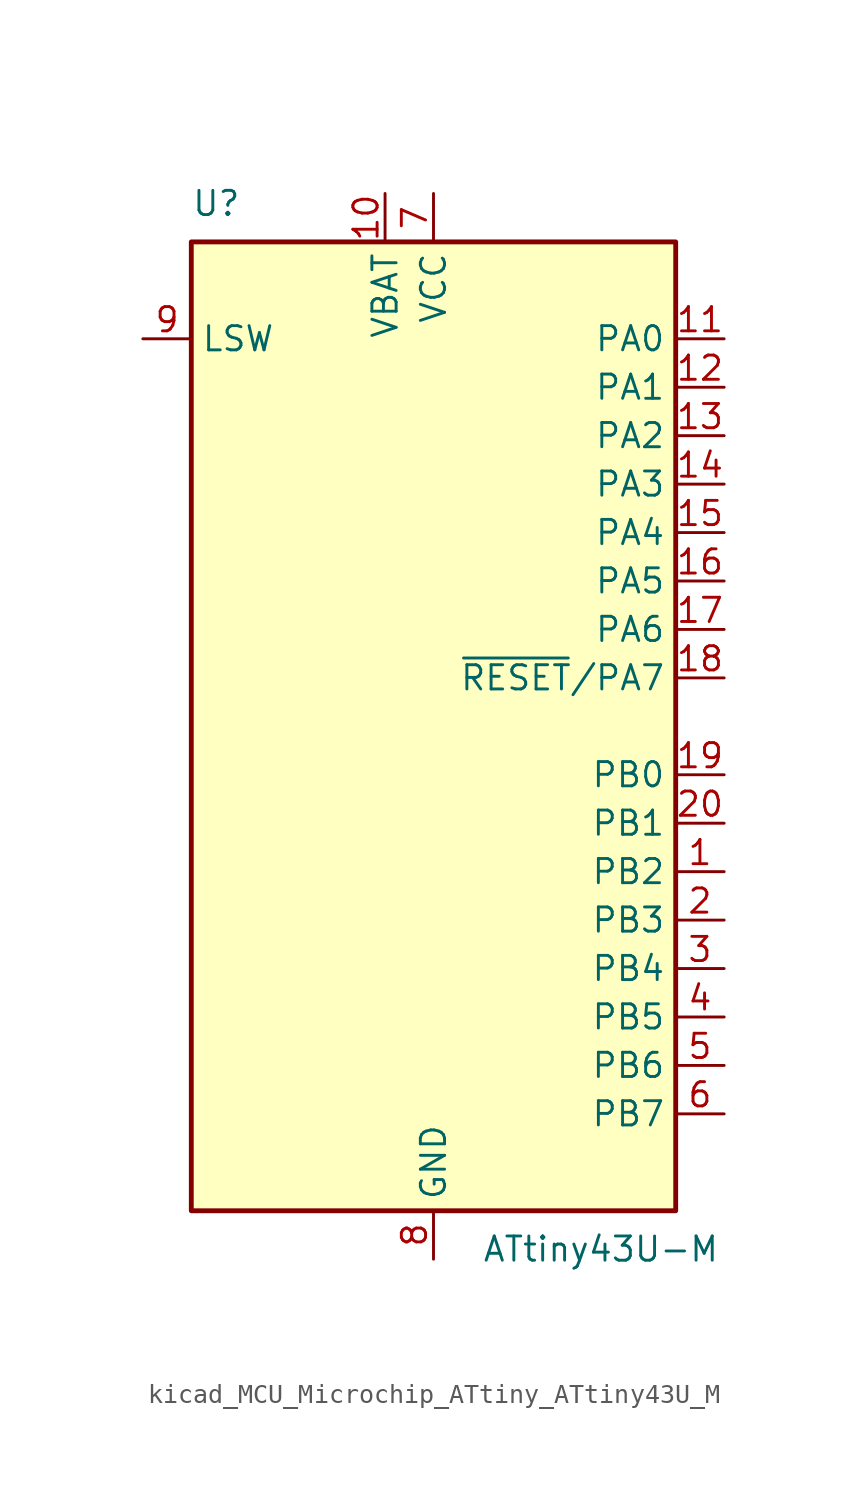
<source format=kicad_sym>
(kicad_symbol_lib
  (version 20220914)
  (generator kicad_symbol_editor)
  (symbol "kicad_MCU_Microchip_ATtiny_ATtiny43U_M"
    (property "Reference" "U"
      (at -12.7 26.67 0)
      (effects (font (size 1.27 1.27)) (justify left bottom)))
    (property "Value" "ATtiny43U-M"
      (at 2.54 -26.67 0)
      (effects (font (size 1.27 1.27)) (justify left top)))
    (symbol "kicad_MCU_Microchip_ATtiny_ATtiny43U_M_0_1"
      (rectangle (start -12.7 -25.4) (end 12.7 25.4) (stroke (width 0.254) (type default)) (fill (type background))))
    (symbol "kicad_MCU_Microchip_ATtiny_ATtiny43U_M_1_1"
      (pin bidirectional line (at 15.24 -7.62 180) (length 2.54) (name "PB2" (effects (font (size 1.27 1.27)))) (number "1" (effects (font (size 1.27 1.27)))))
      (pin power_in line (at -2.54 27.94 270) (length 2.54) (name "VBAT" (effects (font (size 1.27 1.27)))) (number "10" (effects (font (size 1.27 1.27)))))
      (pin bidirectional line (at 15.24 20.32 180) (length 2.54) (name "PA0" (effects (font (size 1.27 1.27)))) (number "11" (effects (font (size 1.27 1.27)))))
      (pin bidirectional line (at 15.24 17.78 180) (length 2.54) (name "PA1" (effects (font (size 1.27 1.27)))) (number "12" (effects (font (size 1.27 1.27)))))
      (pin bidirectional line (at 15.24 15.24 180) (length 2.54) (name "PA2" (effects (font (size 1.27 1.27)))) (number "13" (effects (font (size 1.27 1.27)))))
      (pin bidirectional line (at 15.24 12.7 180) (length 2.54) (name "PA3" (effects (font (size 1.27 1.27)))) (number "14" (effects (font (size 1.27 1.27)))))
      (pin bidirectional line (at 15.24 10.16 180) (length 2.54) (name "PA4" (effects (font (size 1.27 1.27)))) (number "15" (effects (font (size 1.27 1.27)))))
      (pin bidirectional line (at 15.24 7.62 180) (length 2.54) (name "PA5" (effects (font (size 1.27 1.27)))) (number "16" (effects (font (size 1.27 1.27)))))
      (pin bidirectional line (at 15.24 5.08 180) (length 2.54) (name "PA6" (effects (font (size 1.27 1.27)))) (number "17" (effects (font (size 1.27 1.27)))))
      (pin bidirectional line (at 15.24 2.54 180) (length 2.54) (name "~{RESET}/PA7" (effects (font (size 1.27 1.27)))) (number "18" (effects (font (size 1.27 1.27)))))
      (pin bidirectional line (at 15.24 -2.54 180) (length 2.54) (name "PB0" (effects (font (size 1.27 1.27)))) (number "19" (effects (font (size 1.27 1.27)))))
      (pin bidirectional line (at 15.24 -10.16 180) (length 2.54) (name "PB3" (effects (font (size 1.27 1.27)))) (number "2" (effects (font (size 1.27 1.27)))))
      (pin bidirectional line (at 15.24 -5.08 180) (length 2.54) (name "PB1" (effects (font (size 1.27 1.27)))) (number "20" (effects (font (size 1.27 1.27)))))
      (pin passive line (at 0 -27.94 90) (length 2.54) hide (name "GND" (effects (font (size 1.27 1.27)))) (number "21" (effects (font (size 1.27 1.27)))))
      (pin bidirectional line (at 15.24 -12.7 180) (length 2.54) (name "PB4" (effects (font (size 1.27 1.27)))) (number "3" (effects (font (size 1.27 1.27)))))
      (pin bidirectional line (at 15.24 -15.24 180) (length 2.54) (name "PB5" (effects (font (size 1.27 1.27)))) (number "4" (effects (font (size 1.27 1.27)))))
      (pin bidirectional line (at 15.24 -17.78 180) (length 2.54) (name "PB6" (effects (font (size 1.27 1.27)))) (number "5" (effects (font (size 1.27 1.27)))))
      (pin bidirectional line (at 15.24 -20.32 180) (length 2.54) (name "PB7" (effects (font (size 1.27 1.27)))) (number "6" (effects (font (size 1.27 1.27)))))
      (pin power_in line (at 0 27.94 270) (length 2.54) (name "VCC" (effects (font (size 1.27 1.27)))) (number "7" (effects (font (size 1.27 1.27)))))
      (pin power_in line (at 0 -27.94 90) (length 2.54) (name "GND" (effects (font (size 1.27 1.27)))) (number "8" (effects (font (size 1.27 1.27)))))
      (pin passive line (at -15.24 20.32 0) (length 2.54) (name "LSW" (effects (font (size 1.27 1.27)))) (number "9" (effects (font (size 1.27 1.27))))))))
</source>
